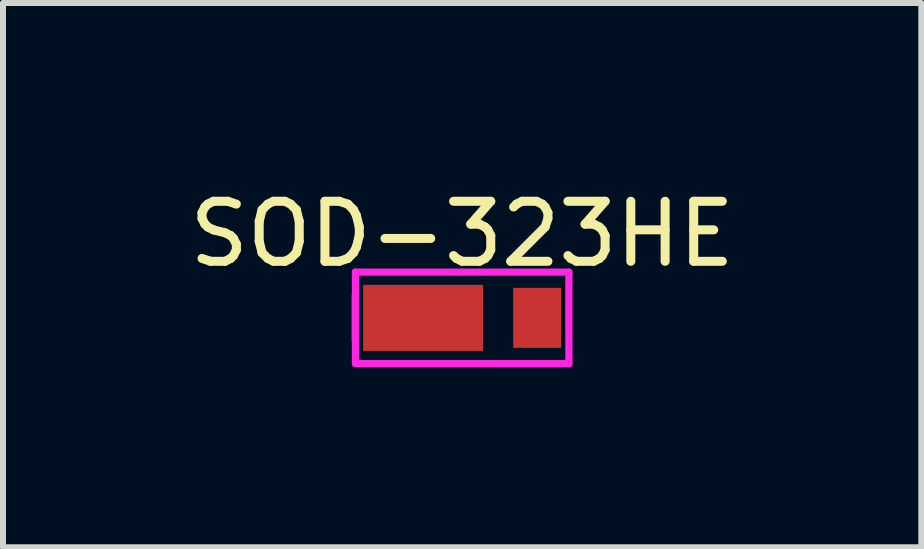
<source format=kicad_pcb>
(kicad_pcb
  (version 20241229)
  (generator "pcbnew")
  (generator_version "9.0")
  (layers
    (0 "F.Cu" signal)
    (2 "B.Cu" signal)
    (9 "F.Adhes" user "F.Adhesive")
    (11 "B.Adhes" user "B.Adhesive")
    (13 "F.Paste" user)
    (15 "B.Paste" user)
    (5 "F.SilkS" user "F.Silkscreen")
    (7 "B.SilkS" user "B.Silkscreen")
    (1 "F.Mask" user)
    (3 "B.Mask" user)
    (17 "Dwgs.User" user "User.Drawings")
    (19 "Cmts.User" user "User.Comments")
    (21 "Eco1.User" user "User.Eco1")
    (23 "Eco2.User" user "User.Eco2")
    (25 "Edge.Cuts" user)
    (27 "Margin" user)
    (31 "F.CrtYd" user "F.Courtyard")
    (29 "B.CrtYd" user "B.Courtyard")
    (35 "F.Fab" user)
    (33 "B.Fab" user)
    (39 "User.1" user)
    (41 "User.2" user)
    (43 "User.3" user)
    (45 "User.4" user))
  (footprint "SOD-323HE"
    (layer "F.Cu")
    (at 4.649 2.245)
    (property "Reference" "SOD-323HE" (at 0 -1.397 0) (layer "F.SilkS") (effects (font (size 1 1) (thickness 0.15))))
    (attr through_hole)
    (fp_line (start -1.778 -0.381) (end -1.778 0.381) (stroke (width 0.12) (type solid)) (layer "F.SilkS"))
    (fp_line (start -1.778 -0.762) (end -1.778 0.762) (stroke (width 0.12) (type solid)) (layer "F.CrtYd"))
    (fp_line (start -1.778 0.762) (end 1.778 0.762) (stroke (width 0.12) (type solid)) (layer "F.CrtYd"))
    (fp_line (start 1.778 -0.762) (end -1.778 -0.762) (stroke (width 0.12) (type solid)) (layer "F.CrtYd"))
    (fp_line (start 1.778 0.762) (end 1.778 -0.762) (stroke (width 0.12) (type solid)) (layer "F.CrtYd"))
    (pad "1" smd rect (at -0.65 0) (size 2 1.1) (layers "F.Cu" "F.Mask" "F.Paste"))
    (pad "2" smd rect (at 1.25 0) (size 0.8 1) (layers "F.Cu" "F.Mask" "F.Paste")))
  (gr_rect
    (start -3 -3)
    (end 12.298 6.067)
    (stroke (width 0.1) (type default))
    (fill no)
    (layer "Edge.Cuts")))
</source>
